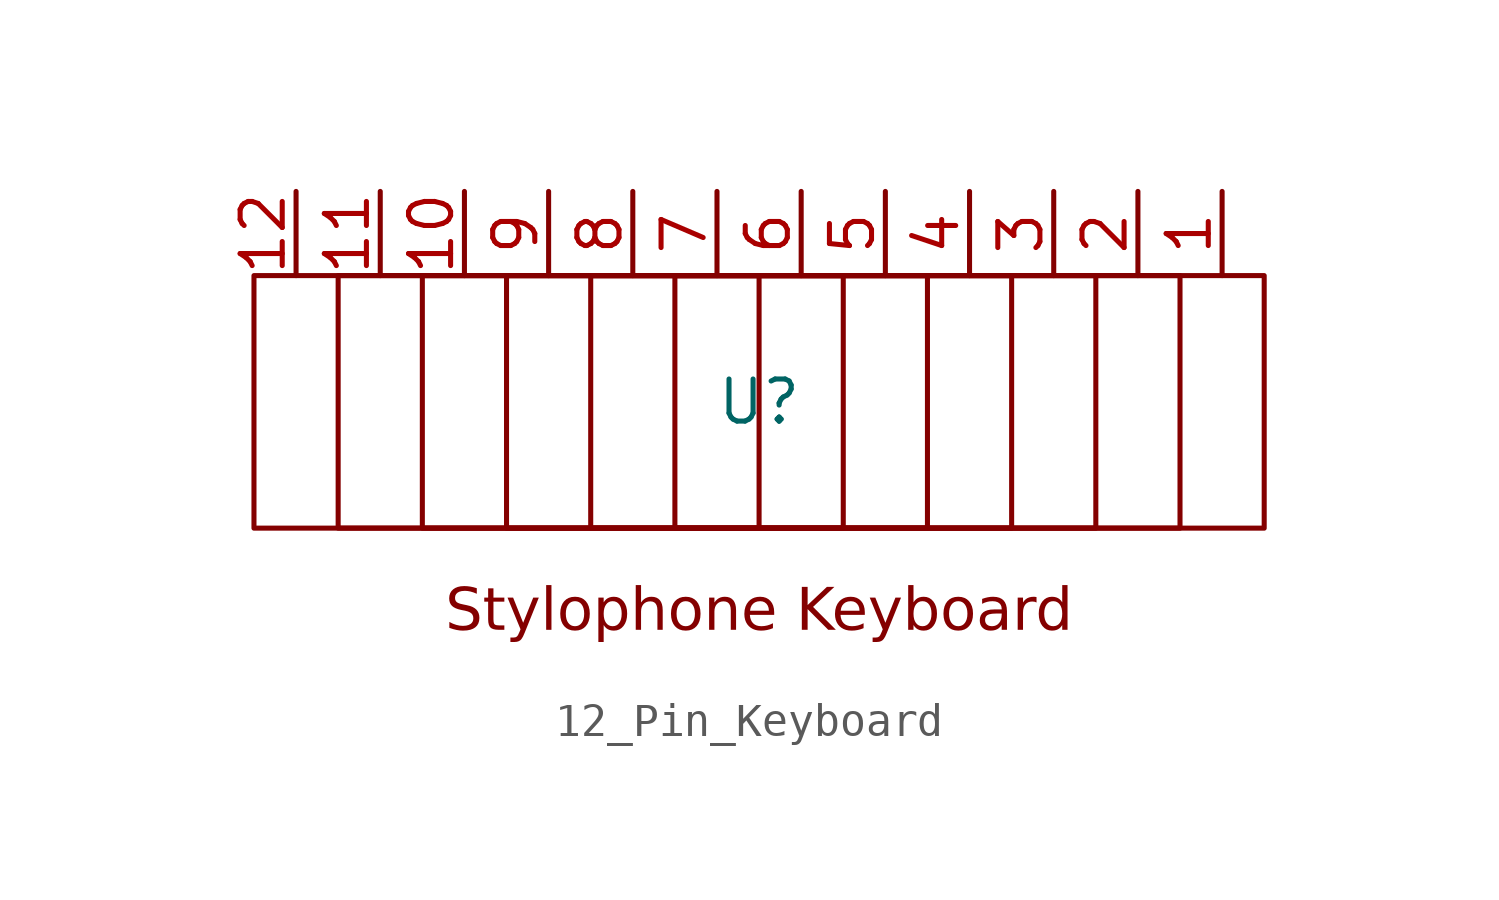
<source format=kicad_sym>
(kicad_symbol_lib
  (version 20231120)
  (generator "kicad_symbol_editor")
  (generator_version "8.0")
  (symbol "12_Pin_Keyboard"
    (property "Reference" "U"
      (at 0 0 0)
      (effects (font (size 1.27 1.27))))
    (property "Value" ""
      (at 0 0 0)
      (effects (font (size 1.27 1.27))))
    (symbol "12_Pin_Keyboard_0_1"
      (rectangle (start -12.7 3.81) (end 12.7 -3.81) (stroke (width 0) (type default)) (fill (type none)))
      (rectangle (start -10.16 3.81) (end 10.16 -3.81) (stroke (width 0) (type default)) (fill (type none)))
      (rectangle (start -7.62 3.81) (end 7.62 -3.81) (stroke (width 0) (type default)) (fill (type none)))
      (rectangle (start -5.08 3.81) (end 5.08 -3.81) (stroke (width 0) (type default)) (fill (type none)))
      (rectangle (start -2.54 3.81) (end 2.54 -3.81) (stroke (width 0) (type default)) (fill (type none)))
      (polyline (pts (xy 0 3.81) (xy 0 -3.81)) (stroke (width 0) (type default)) (fill (type none)))
      (rectangle (start 15.24 3.81) (end -15.24 -3.81) (stroke (width 0) (type default)) (fill (type none))))
    (symbol "12_Pin_Keyboard_1_1"
      (text "Stylophone Keyboard" (at 0 -6.35 0) (effects (font (face "Open Sans") (size 1.27 1.27))))
      (pin input line (at 13.97 6.35 270) (length 2.54) (name "" (effects (font (size 1.27 1.27)))) (number "1" (effects (font (size 1.27 1.27)))))
      (pin input line (at -8.89 6.35 270) (length 2.54) (name "" (effects (font (size 1.27 1.27)))) (number "10" (effects (font (size 1.27 1.27)))))
      (pin input line (at -11.43 6.35 270) (length 2.54) (name "" (effects (font (size 1.27 1.27)))) (number "11" (effects (font (size 1.27 1.27)))))
      (pin input line (at -13.97 6.35 270) (length 2.54) (name "" (effects (font (size 1.27 1.27)))) (number "12" (effects (font (size 1.27 1.27)))))
      (pin input line (at 11.43 6.35 270) (length 2.54) (name "" (effects (font (size 1.27 1.27)))) (number "2" (effects (font (size 1.27 1.27)))))
      (pin input line (at 8.89 6.35 270) (length 2.54) (name "" (effects (font (size 1.27 1.27)))) (number "3" (effects (font (size 1.27 1.27)))))
      (pin input line (at 6.35 6.35 270) (length 2.54) (name "" (effects (font (size 1.27 1.27)))) (number "4" (effects (font (size 1.27 1.27)))))
      (pin input line (at 3.81 6.35 270) (length 2.54) (name "" (effects (font (size 1.27 1.27)))) (number "5" (effects (font (size 1.27 1.27)))))
      (pin input line (at 1.27 6.35 270) (length 2.54) (name "" (effects (font (size 1.27 1.27)))) (number "6" (effects (font (size 1.27 1.27)))))
      (pin input line (at -1.27 6.35 270) (length 2.54) (name "" (effects (font (size 1.27 1.27)))) (number "7" (effects (font (size 1.27 1.27)))))
      (pin input line (at -3.81 6.35 270) (length 2.54) (name "" (effects (font (size 1.27 1.27)))) (number "8" (effects (font (size 1.27 1.27)))))
      (pin input line (at -6.35 6.35 270) (length 2.54) (name "" (effects (font (size 1.27 1.27)))) (number "9" (effects (font (size 1.27 1.27))))))))
</source>
